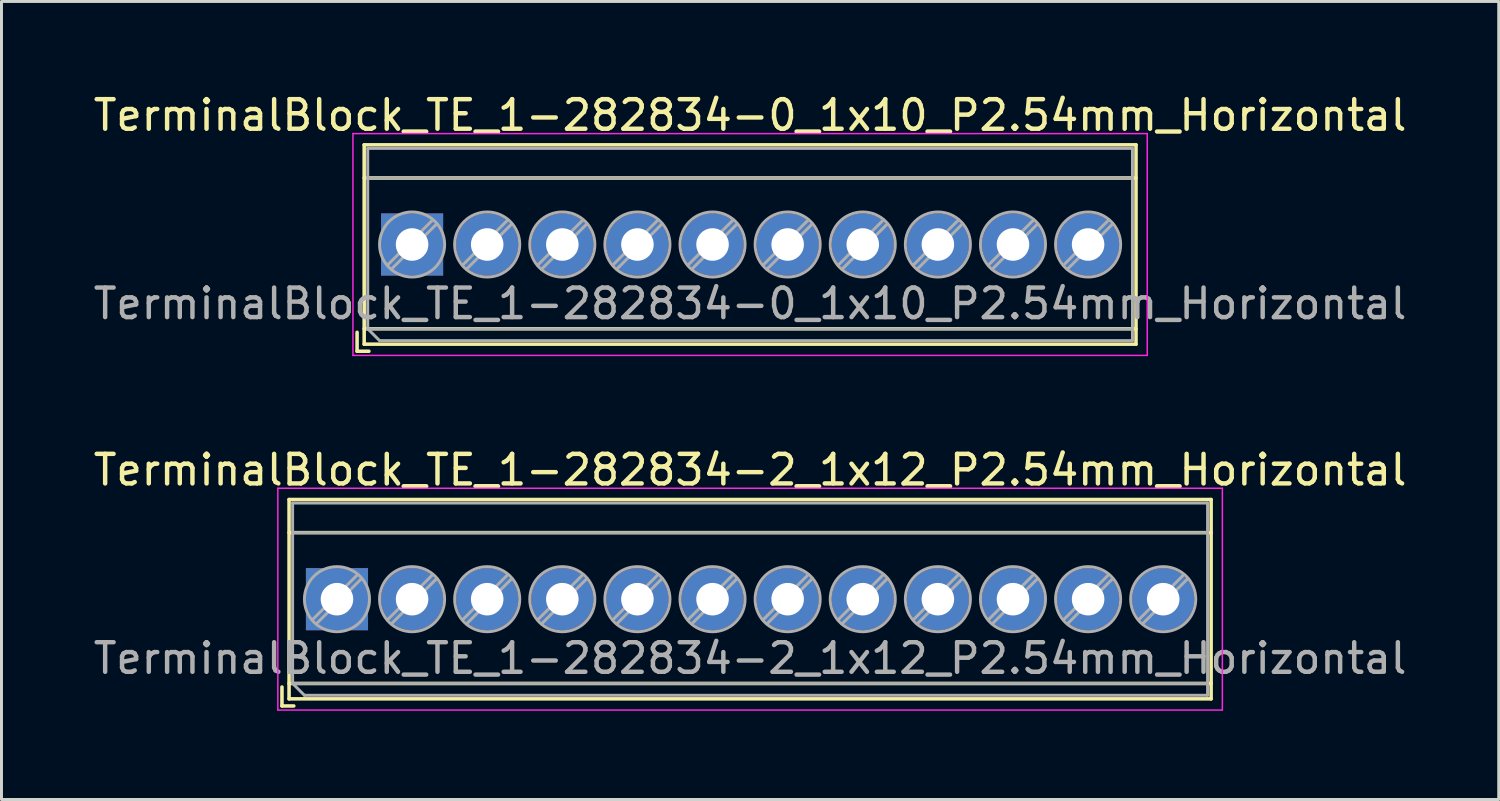
<source format=kicad_pcb>
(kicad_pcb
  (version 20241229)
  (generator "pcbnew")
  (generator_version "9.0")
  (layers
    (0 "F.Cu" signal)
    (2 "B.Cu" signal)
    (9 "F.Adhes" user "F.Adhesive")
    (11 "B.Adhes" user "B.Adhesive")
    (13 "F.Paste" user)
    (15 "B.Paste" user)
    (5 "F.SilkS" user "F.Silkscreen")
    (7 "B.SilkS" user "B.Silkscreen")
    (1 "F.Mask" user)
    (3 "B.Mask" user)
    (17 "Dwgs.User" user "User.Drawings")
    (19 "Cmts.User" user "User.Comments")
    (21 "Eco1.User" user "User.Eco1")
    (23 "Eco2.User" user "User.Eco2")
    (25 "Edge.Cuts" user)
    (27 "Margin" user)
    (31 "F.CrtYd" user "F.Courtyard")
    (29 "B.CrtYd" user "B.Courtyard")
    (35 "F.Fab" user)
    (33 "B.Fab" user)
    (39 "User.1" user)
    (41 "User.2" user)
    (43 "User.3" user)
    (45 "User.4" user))
  (footprint "TerminalBlock_TE_1-282834-0_1x10_P2.54mm_Horizontal"
    (layer "F.Cu")
    (at 10.885 5.218)
    (property "Reference" "TerminalBlock_TE_1-282834-0_1x10_P2.54mm_Horizontal" (at 11.43 -4.37 0) (layer "F.SilkS") (effects (font (size 1 1) (thickness 0.15))))
    (attr through_hole)
    (fp_line (start -1.86 2.97) (end -1.86 3.61) (stroke (width 0.12) (type solid)) (layer "F.SilkS"))
    (fp_line (start -1.86 3.61) (end -1.46 3.61) (stroke (width 0.12) (type solid)) (layer "F.SilkS"))
    (fp_line (start -1.62 -3.37) (end -1.62 3.37) (stroke (width 0.12) (type solid)) (layer "F.SilkS"))
    (fp_line (start -1.62 -3.37) (end 24.48 -3.37) (stroke (width 0.12) (type solid)) (layer "F.SilkS"))
    (fp_line (start -1.62 -2.25) (end 24.48 -2.25) (stroke (width 0.12) (type solid)) (layer "F.SilkS"))
    (fp_line (start -1.62 2.85) (end 24.48 2.85) (stroke (width 0.12) (type solid)) (layer "F.SilkS"))
    (fp_line (start -1.62 3.37) (end 24.48 3.37) (stroke (width 0.12) (type solid)) (layer "F.SilkS"))
    (fp_line (start 24.48 -3.37) (end 24.48 3.37) (stroke (width 0.12) (type solid)) (layer "F.SilkS"))
    (fp_line (start -2 -3.75) (end -2 3.75) (stroke (width 0.05) (type solid)) (layer "F.CrtYd"))
    (fp_line (start -2 3.75) (end 24.86 3.75) (stroke (width 0.05) (type solid)) (layer "F.CrtYd"))
    (fp_line (start 24.86 -3.75) (end -2 -3.75) (stroke (width 0.05) (type solid)) (layer "F.CrtYd"))
    (fp_line (start 24.86 3.75) (end 24.86 -3.75) (stroke (width 0.05) (type solid)) (layer "F.CrtYd"))
    (fp_line (start -1.5 -3.25) (end 24.36 -3.25) (stroke (width 0.1) (type solid)) (layer "F.Fab"))
    (fp_line (start -1.5 -2.25) (end 24.36 -2.25) (stroke (width 0.1) (type solid)) (layer "F.Fab"))
    (fp_line (start -1.5 2.85) (end -1.5 -3.25) (stroke (width 0.1) (type solid)) (layer "F.Fab"))
    (fp_line (start -1.5 2.85) (end 24.36 2.85) (stroke (width 0.1) (type solid)) (layer "F.Fab"))
    (fp_line (start -1.1 3.25) (end -1.5 2.85) (stroke (width 0.1) (type solid)) (layer "F.Fab"))
    (fp_line (start 0.701 -0.835) (end -0.835 0.7) (stroke (width 0.1) (type solid)) (layer "F.Fab"))
    (fp_line (start 0.835 -0.7) (end -0.701 0.835) (stroke (width 0.1) (type solid)) (layer "F.Fab"))
    (fp_line (start 3.241 -0.835) (end 1.706 0.7) (stroke (width 0.1) (type solid)) (layer "F.Fab"))
    (fp_line (start 3.375 -0.7) (end 1.84 0.835) (stroke (width 0.1) (type solid)) (layer "F.Fab"))
    (fp_line (start 5.781 -0.835) (end 4.246 0.7) (stroke (width 0.1) (type solid)) (layer "F.Fab"))
    (fp_line (start 5.915 -0.7) (end 4.38 0.835) (stroke (width 0.1) (type solid)) (layer "F.Fab"))
    (fp_line (start 8.321 -0.835) (end 6.786 0.7) (stroke (width 0.1) (type solid)) (layer "F.Fab"))
    (fp_line (start 8.455 -0.7) (end 6.92 0.835) (stroke (width 0.1) (type solid)) (layer "F.Fab"))
    (fp_line (start 10.861 -0.835) (end 9.326 0.7) (stroke (width 0.1) (type solid)) (layer "F.Fab"))
    (fp_line (start 10.995 -0.7) (end 9.46 0.835) (stroke (width 0.1) (type solid)) (layer "F.Fab"))
    (fp_line (start 13.401 -0.835) (end 11.866 0.7) (stroke (width 0.1) (type solid)) (layer "F.Fab"))
    (fp_line (start 13.535 -0.7) (end 12 0.835) (stroke (width 0.1) (type solid)) (layer "F.Fab"))
    (fp_line (start 15.941 -0.835) (end 14.406 0.7) (stroke (width 0.1) (type solid)) (layer "F.Fab"))
    (fp_line (start 16.075 -0.7) (end 14.54 0.835) (stroke (width 0.1) (type solid)) (layer "F.Fab"))
    (fp_line (start 18.481 -0.835) (end 16.946 0.7) (stroke (width 0.1) (type solid)) (layer "F.Fab"))
    (fp_line (start 18.615 -0.7) (end 17.08 0.835) (stroke (width 0.1) (type solid)) (layer "F.Fab"))
    (fp_line (start 21.021 -0.835) (end 19.486 0.7) (stroke (width 0.1) (type solid)) (layer "F.Fab"))
    (fp_line (start 21.155 -0.7) (end 19.62 0.835) (stroke (width 0.1) (type solid)) (layer "F.Fab"))
    (fp_line (start 23.561 -0.835) (end 22.026 0.7) (stroke (width 0.1) (type solid)) (layer "F.Fab"))
    (fp_line (start 23.695 -0.7) (end 22.16 0.835) (stroke (width 0.1) (type solid)) (layer "F.Fab"))
    (fp_line (start 24.36 -3.25) (end 24.36 3.25) (stroke (width 0.1) (type solid)) (layer "F.Fab"))
    (fp_line (start 24.36 3.25) (end -1.1 3.25) (stroke (width 0.1) (type solid)) (layer "F.Fab"))
    (fp_circle (center 0 0) (end 1.1 0) (stroke (width 0.1) (type solid)) (fill no) (layer "F.Fab"))
    (fp_circle (center 2.54 0) (end 3.64 0) (stroke (width 0.1) (type solid)) (fill no) (layer "F.Fab"))
    (fp_circle (center 5.08 0) (end 6.18 0) (stroke (width 0.1) (type solid)) (fill no) (layer "F.Fab"))
    (fp_circle (center 7.62 0) (end 8.72 0) (stroke (width 0.1) (type solid)) (fill no) (layer "F.Fab"))
    (fp_circle (center 10.16 0) (end 11.26 0) (stroke (width 0.1) (type solid)) (fill no) (layer "F.Fab"))
    (fp_circle (center 12.7 0) (end 13.8 0) (stroke (width 0.1) (type solid)) (fill no) (layer "F.Fab"))
    (fp_circle (center 15.24 0) (end 16.34 0) (stroke (width 0.1) (type solid)) (fill no) (layer "F.Fab"))
    (fp_circle (center 17.78 0) (end 18.88 0) (stroke (width 0.1) (type solid)) (fill no) (layer "F.Fab"))
    (fp_circle (center 20.32 0) (end 21.42 0) (stroke (width 0.1) (type solid)) (fill no) (layer "F.Fab"))
    (fp_circle (center 22.86 0) (end 23.96 0) (stroke (width 0.1) (type solid)) (fill no) (layer "F.Fab"))
    (fp_text user "${REFERENCE}" (at 11.43 2 0) (layer "F.Fab") (effects (font (size 1 1) (thickness 0.15))))
    (pad "1" thru_hole rect (at 0 0) (size 2.1 2.1) (drill 1.1) (layers "*.Cu" "*.Mask"))
    (pad "2" thru_hole circle (at 2.54 0) (size 2.1 2.1) (drill 1.1) (layers "*.Cu" "*.Mask"))
    (pad "3" thru_hole circle (at 5.08 0) (size 2.1 2.1) (drill 1.1) (layers "*.Cu" "*.Mask"))
    (pad "4" thru_hole circle (at 7.62 0) (size 2.1 2.1) (drill 1.1) (layers "*.Cu" "*.Mask"))
    (pad "5" thru_hole circle (at 10.16 0) (size 2.1 2.1) (drill 1.1) (layers "*.Cu" "*.Mask"))
    (pad "6" thru_hole circle (at 12.7 0) (size 2.1 2.1) (drill 1.1) (layers "*.Cu" "*.Mask"))
    (pad "7" thru_hole circle (at 15.24 0) (size 2.1 2.1) (drill 1.1) (layers "*.Cu" "*.Mask"))
    (pad "8" thru_hole circle (at 17.78 0) (size 2.1 2.1) (drill 1.1) (layers "*.Cu" "*.Mask"))
    (pad "9" thru_hole circle (at 20.32 0) (size 2.1 2.1) (drill 1.1) (layers "*.Cu" "*.Mask"))
    (pad "10" thru_hole circle (at 22.86 0) (size 2.1 2.1) (drill 1.1) (layers "*.Cu" "*.Mask")))
  (footprint "TerminalBlock_TE_1-282834-2_1x12_P2.54mm_Horizontal"
    (layer "F.Cu")
    (at 8.345 17.212)
    (property "Reference" "TerminalBlock_TE_1-282834-2_1x12_P2.54mm_Horizontal" (at 13.97 -4.37 0) (layer "F.SilkS") (effects (font (size 1 1) (thickness 0.15))))
    (attr through_hole)
    (fp_line (start -1.86 2.97) (end -1.86 3.61) (stroke (width 0.12) (type solid)) (layer "F.SilkS"))
    (fp_line (start -1.86 3.61) (end -1.46 3.61) (stroke (width 0.12) (type solid)) (layer "F.SilkS"))
    (fp_line (start -1.62 -3.37) (end -1.62 3.37) (stroke (width 0.12) (type solid)) (layer "F.SilkS"))
    (fp_line (start -1.62 -3.37) (end 29.56 -3.37) (stroke (width 0.12) (type solid)) (layer "F.SilkS"))
    (fp_line (start -1.62 -2.25) (end 29.56 -2.25) (stroke (width 0.12) (type solid)) (layer "F.SilkS"))
    (fp_line (start -1.62 2.85) (end 29.56 2.85) (stroke (width 0.12) (type solid)) (layer "F.SilkS"))
    (fp_line (start -1.62 3.37) (end 29.56 3.37) (stroke (width 0.12) (type solid)) (layer "F.SilkS"))
    (fp_line (start 29.56 -3.37) (end 29.56 3.37) (stroke (width 0.12) (type solid)) (layer "F.SilkS"))
    (fp_line (start -2 -3.75) (end -2 3.75) (stroke (width 0.05) (type solid)) (layer "F.CrtYd"))
    (fp_line (start -2 3.75) (end 29.94 3.75) (stroke (width 0.05) (type solid)) (layer "F.CrtYd"))
    (fp_line (start 29.94 -3.75) (end -2 -3.75) (stroke (width 0.05) (type solid)) (layer "F.CrtYd"))
    (fp_line (start 29.94 3.75) (end 29.94 -3.75) (stroke (width 0.05) (type solid)) (layer "F.CrtYd"))
    (fp_line (start -1.5 -3.25) (end 29.44 -3.25) (stroke (width 0.1) (type solid)) (layer "F.Fab"))
    (fp_line (start -1.5 -2.25) (end 29.44 -2.25) (stroke (width 0.1) (type solid)) (layer "F.Fab"))
    (fp_line (start -1.5 2.85) (end -1.5 -3.25) (stroke (width 0.1) (type solid)) (layer "F.Fab"))
    (fp_line (start -1.5 2.85) (end 29.44 2.85) (stroke (width 0.1) (type solid)) (layer "F.Fab"))
    (fp_line (start -1.1 3.25) (end -1.5 2.85) (stroke (width 0.1) (type solid)) (layer "F.Fab"))
    (fp_line (start 0.701 -0.835) (end -0.835 0.7) (stroke (width 0.1) (type solid)) (layer "F.Fab"))
    (fp_line (start 0.835 -0.7) (end -0.701 0.835) (stroke (width 0.1) (type solid)) (layer "F.Fab"))
    (fp_line (start 3.241 -0.835) (end 1.706 0.7) (stroke (width 0.1) (type solid)) (layer "F.Fab"))
    (fp_line (start 3.375 -0.7) (end 1.84 0.835) (stroke (width 0.1) (type solid)) (layer "F.Fab"))
    (fp_line (start 5.781 -0.835) (end 4.246 0.7) (stroke (width 0.1) (type solid)) (layer "F.Fab"))
    (fp_line (start 5.915 -0.7) (end 4.38 0.835) (stroke (width 0.1) (type solid)) (layer "F.Fab"))
    (fp_line (start 8.321 -0.835) (end 6.786 0.7) (stroke (width 0.1) (type solid)) (layer "F.Fab"))
    (fp_line (start 8.455 -0.7) (end 6.92 0.835) (stroke (width 0.1) (type solid)) (layer "F.Fab"))
    (fp_line (start 10.861 -0.835) (end 9.326 0.7) (stroke (width 0.1) (type solid)) (layer "F.Fab"))
    (fp_line (start 10.995 -0.7) (end 9.46 0.835) (stroke (width 0.1) (type solid)) (layer "F.Fab"))
    (fp_line (start 13.401 -0.835) (end 11.866 0.7) (stroke (width 0.1) (type solid)) (layer "F.Fab"))
    (fp_line (start 13.535 -0.7) (end 12 0.835) (stroke (width 0.1) (type solid)) (layer "F.Fab"))
    (fp_line (start 15.941 -0.835) (end 14.406 0.7) (stroke (width 0.1) (type solid)) (layer "F.Fab"))
    (fp_line (start 16.075 -0.7) (end 14.54 0.835) (stroke (width 0.1) (type solid)) (layer "F.Fab"))
    (fp_line (start 18.481 -0.835) (end 16.946 0.7) (stroke (width 0.1) (type solid)) (layer "F.Fab"))
    (fp_line (start 18.615 -0.7) (end 17.08 0.835) (stroke (width 0.1) (type solid)) (layer "F.Fab"))
    (fp_line (start 21.021 -0.835) (end 19.486 0.7) (stroke (width 0.1) (type solid)) (layer "F.Fab"))
    (fp_line (start 21.155 -0.7) (end 19.62 0.835) (stroke (width 0.1) (type solid)) (layer "F.Fab"))
    (fp_line (start 23.561 -0.835) (end 22.026 0.7) (stroke (width 0.1) (type solid)) (layer "F.Fab"))
    (fp_line (start 23.695 -0.7) (end 22.16 0.835) (stroke (width 0.1) (type solid)) (layer "F.Fab"))
    (fp_line (start 26.101 -0.835) (end 24.566 0.7) (stroke (width 0.1) (type solid)) (layer "F.Fab"))
    (fp_line (start 26.235 -0.7) (end 24.7 0.835) (stroke (width 0.1) (type solid)) (layer "F.Fab"))
    (fp_line (start 28.641 -0.835) (end 27.106 0.7) (stroke (width 0.1) (type solid)) (layer "F.Fab"))
    (fp_line (start 28.775 -0.7) (end 27.24 0.835) (stroke (width 0.1) (type solid)) (layer "F.Fab"))
    (fp_line (start 29.44 -3.25) (end 29.44 3.25) (stroke (width 0.1) (type solid)) (layer "F.Fab"))
    (fp_line (start 29.44 3.25) (end -1.1 3.25) (stroke (width 0.1) (type solid)) (layer "F.Fab"))
    (fp_circle (center 0 0) (end 1.1 0) (stroke (width 0.1) (type solid)) (fill no) (layer "F.Fab"))
    (fp_circle (center 2.54 0) (end 3.64 0) (stroke (width 0.1) (type solid)) (fill no) (layer "F.Fab"))
    (fp_circle (center 5.08 0) (end 6.18 0) (stroke (width 0.1) (type solid)) (fill no) (layer "F.Fab"))
    (fp_circle (center 7.62 0) (end 8.72 0) (stroke (width 0.1) (type solid)) (fill no) (layer "F.Fab"))
    (fp_circle (center 10.16 0) (end 11.26 0) (stroke (width 0.1) (type solid)) (fill no) (layer "F.Fab"))
    (fp_circle (center 12.7 0) (end 13.8 0) (stroke (width 0.1) (type solid)) (fill no) (layer "F.Fab"))
    (fp_circle (center 15.24 0) (end 16.34 0) (stroke (width 0.1) (type solid)) (fill no) (layer "F.Fab"))
    (fp_circle (center 17.78 0) (end 18.88 0) (stroke (width 0.1) (type solid)) (fill no) (layer "F.Fab"))
    (fp_circle (center 20.32 0) (end 21.42 0) (stroke (width 0.1) (type solid)) (fill no) (layer "F.Fab"))
    (fp_circle (center 22.86 0) (end 23.96 0) (stroke (width 0.1) (type solid)) (fill no) (layer "F.Fab"))
    (fp_circle (center 25.4 0) (end 26.5 0) (stroke (width 0.1) (type solid)) (fill no) (layer "F.Fab"))
    (fp_circle (center 27.94 0) (end 29.04 0) (stroke (width 0.1) (type solid)) (fill no) (layer "F.Fab"))
    (fp_text user "${REFERENCE}" (at 13.97 2 0) (layer "F.Fab") (effects (font (size 1 1) (thickness 0.15))))
    (pad "1" thru_hole rect (at 0 0) (size 2.1 2.1) (drill 1.1) (layers "*.Cu" "*.Mask"))
    (pad "2" thru_hole circle (at 2.54 0) (size 2.1 2.1) (drill 1.1) (layers "*.Cu" "*.Mask"))
    (pad "3" thru_hole circle (at 5.08 0) (size 2.1 2.1) (drill 1.1) (layers "*.Cu" "*.Mask"))
    (pad "4" thru_hole circle (at 7.62 0) (size 2.1 2.1) (drill 1.1) (layers "*.Cu" "*.Mask"))
    (pad "5" thru_hole circle (at 10.16 0) (size 2.1 2.1) (drill 1.1) (layers "*.Cu" "*.Mask"))
    (pad "6" thru_hole circle (at 12.7 0) (size 2.1 2.1) (drill 1.1) (layers "*.Cu" "*.Mask"))
    (pad "7" thru_hole circle (at 15.24 0) (size 2.1 2.1) (drill 1.1) (layers "*.Cu" "*.Mask"))
    (pad "8" thru_hole circle (at 17.78 0) (size 2.1 2.1) (drill 1.1) (layers "*.Cu" "*.Mask"))
    (pad "9" thru_hole circle (at 20.32 0) (size 2.1 2.1) (drill 1.1) (layers "*.Cu" "*.Mask"))
    (pad "10" thru_hole circle (at 22.86 0) (size 2.1 2.1) (drill 1.1) (layers "*.Cu" "*.Mask"))
    (pad "11" thru_hole circle (at 25.4 0) (size 2.1 2.1) (drill 1.1) (layers "*.Cu" "*.Mask"))
    (pad "12" thru_hole circle (at 27.94 0) (size 2.1 2.1) (drill 1.1) (layers "*.Cu" "*.Mask")))
  (gr_rect
    (start -3 -3)
    (end 47.631 23.986)
    (stroke (width 0.1) (type default))
    (fill no)
    (layer "Edge.Cuts")))
</source>
